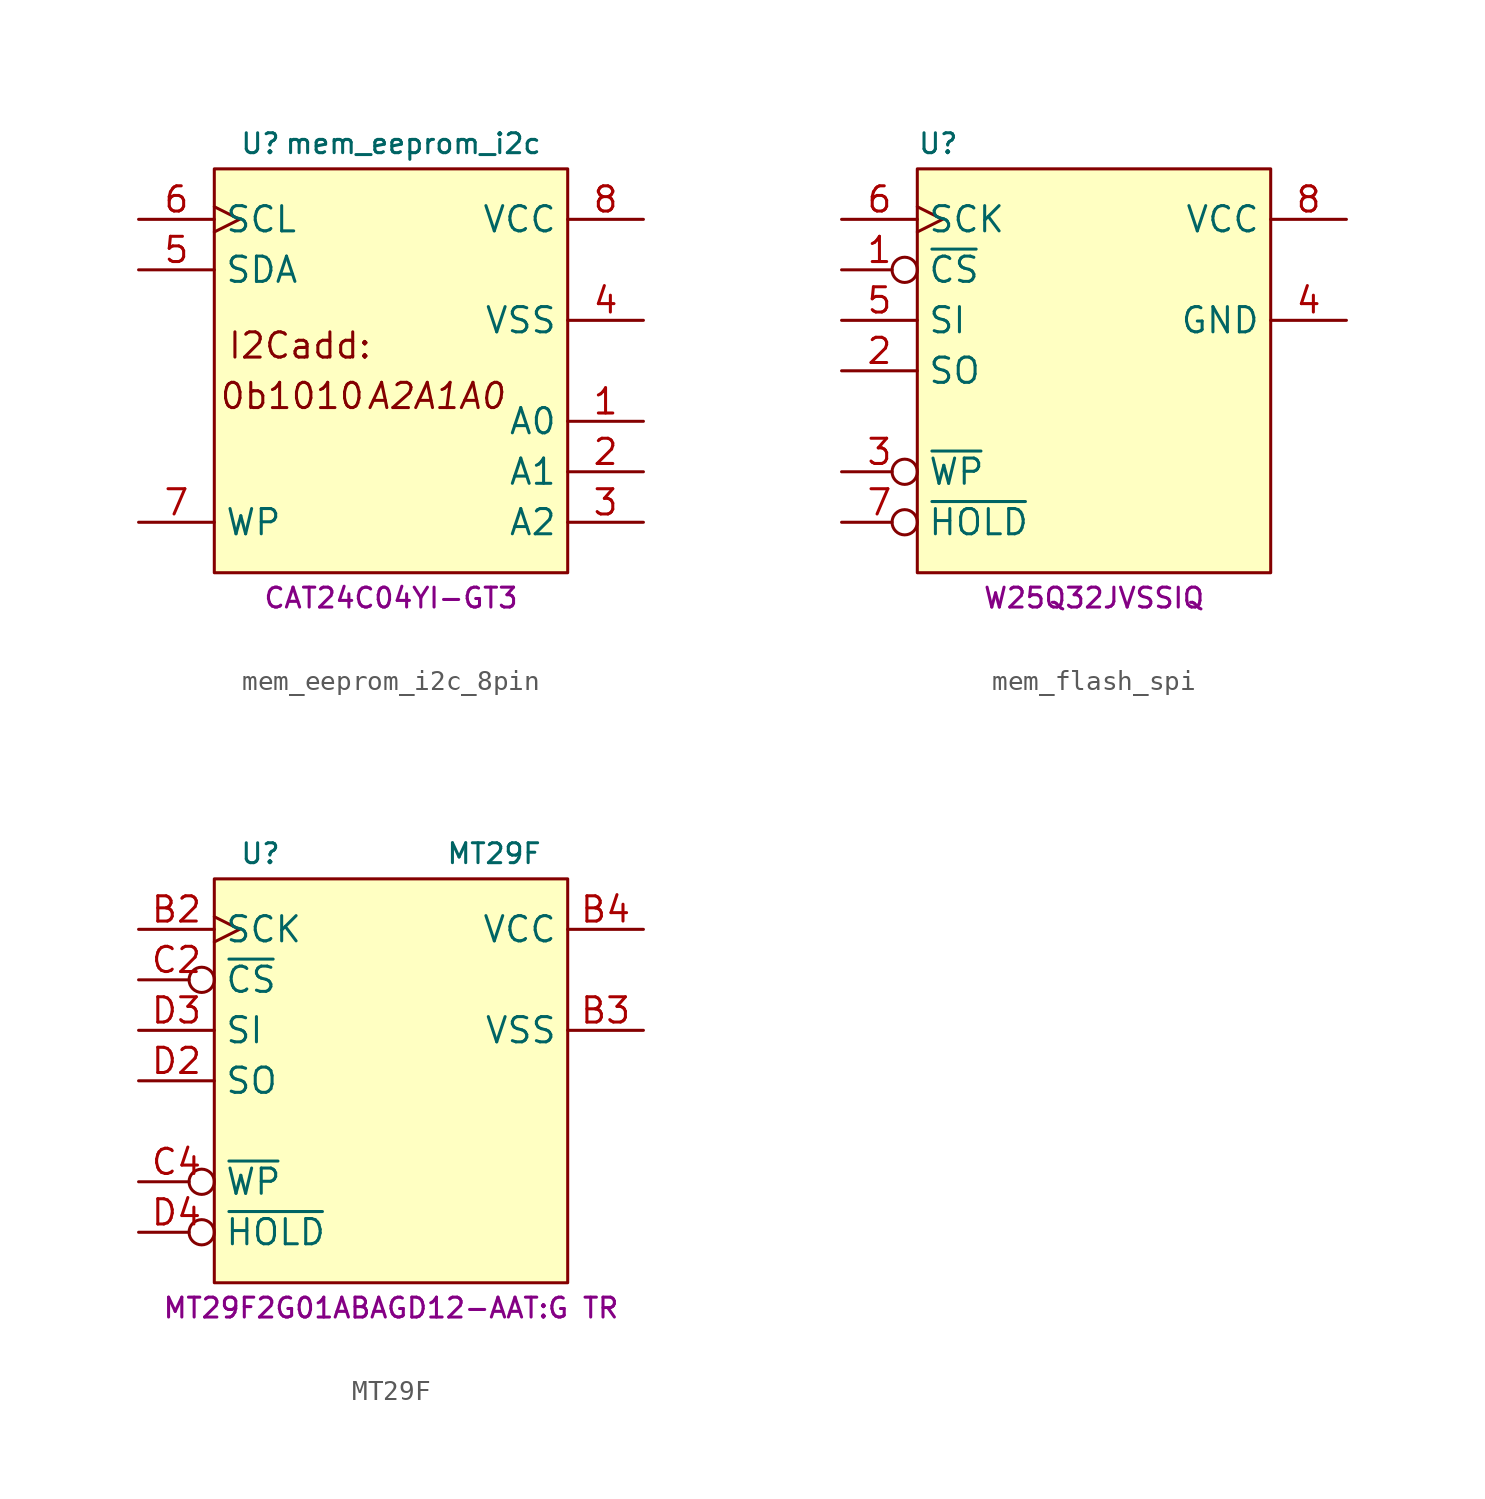
<source format=kicad_sym>
(kicad_symbol_lib
  (version 20231120)
  (generator "kicad_symbol_editor")
  (generator_version "8.0")
  (symbol "mem_eeprom_i2c_8pin"
    (property "Reference" "U"
      (at -7.62 11.43 0)
      (do_not_autoplace)
      (effects (font (size 1 1)) (justify left)))
    (property "Value" "mem_eeprom_i2c"
      (at 7.62 11.43 0)
      (do_not_autoplace)
      (effects (font (size 1 1)) (justify right)))
    (property "MPN" "CAT24C04YI-GT3"
      (at 0 -11.43 0)
      (do_not_autoplace)
      (effects (font (size 1 1))))
    (symbol "mem_eeprom_i2c_8pin_0_0"
      (text "0b1010" (at -1.27 -1.27 0) (effects (font (size 1.27 1.27)) (justify right)))
      (text "A2A1A0" (at -1.27 -1.27 0) (effects (font (size 1.27 1.27) (italic yes)) (justify left))))
    (symbol "mem_eeprom_i2c_8pin_1_0"
      (text "I2Cadd:" (at -8.255 1.27 0) (effects (font (size 1.27 1.27)) (justify left))))
    (symbol "mem_eeprom_i2c_8pin_1_1"
      (rectangle (start -8.89 10.16) (end 8.89 -10.16) (stroke (width 0) (type default)) (fill (type background)))
      (pin passive line (at 12.7 -2.54 180) (length 3.81) (name "A0" (effects (font (size 1.27 1.27)))) (number "1" (effects (font (size 1.27 1.27)))))
      (pin passive line (at 12.7 -5.08 180) (length 3.81) (name "A1" (effects (font (size 1.27 1.27)))) (number "2" (effects (font (size 1.27 1.27)))))
      (pin passive line (at 12.7 -7.62 180) (length 3.81) (name "A2" (effects (font (size 1.27 1.27)))) (number "3" (effects (font (size 1.27 1.27)))))
      (pin power_in line (at 12.7 2.54 180) (length 3.81) (name "VSS" (effects (font (size 1.27 1.27)))) (number "4" (effects (font (size 1.27 1.27)))))
      (pin bidirectional line (at -12.7 5.08 0) (length 3.81) (name "SDA" (effects (font (size 1.27 1.27)))) (number "5" (effects (font (size 1.27 1.27)))))
      (pin input clock (at -12.7 7.62 0) (length 3.81) (name "SCL" (effects (font (size 1.27 1.27)))) (number "6" (effects (font (size 1.27 1.27)))))
      (pin input line (at -12.7 -7.62 0) (length 3.81) (name "WP" (effects (font (size 1.27 1.27)))) (number "7" (effects (font (size 1.27 1.27)))))
      (pin power_in line (at 12.7 7.62 180) (length 3.81) (name "VCC" (effects (font (size 1.27 1.27)))) (number "8" (effects (font (size 1.27 1.27)))))))
  (symbol "mem_flash_spi"
    (property "Reference" "U"
      (at -8.89 11.43 0)
      (do_not_autoplace)
      (effects (font (size 1 1)) (justify left)))
    (property "MPN" "W25Q32JVSSIQ"
      (at 0 -11.43 0)
      (do_not_autoplace)
      (effects (font (size 1 1))))
    (symbol "mem_flash_spi_0_1"
      (rectangle (start -8.89 10.16) (end 8.89 -10.16) (stroke (width 0) (type default)) (fill (type background))))
    (symbol "mem_flash_spi_1_1"
      (pin input inverted (at -12.7 5.08 0) (length 3.81) (name "~{CS}" (effects (font (size 1.27 1.27)))) (number "1" (effects (font (size 1.27 1.27)))))
      (pin output line (at -12.7 0 0) (length 3.81) (name "SO" (effects (font (size 1.27 1.27)))) (number "2" (effects (font (size 1.27 1.27)))) (alternate "IO1" bidirectional line))
      (pin input inverted (at -12.7 -5.08 0) (length 3.81) (name "~{WP}" (effects (font (size 1.27 1.27)))) (number "3" (effects (font (size 1.27 1.27)))) (alternate "IO2" bidirectional line))
      (pin power_in line (at 12.7 2.54 180) (length 3.81) (name "GND" (effects (font (size 1.27 1.27)))) (number "4" (effects (font (size 1.27 1.27)))))
      (pin input line (at -12.7 2.54 0) (length 3.81) (name "SI" (effects (font (size 1.27 1.27)))) (number "5" (effects (font (size 1.27 1.27)))) (alternate "IO0" bidirectional line))
      (pin input clock (at -12.7 7.62 0) (length 3.81) (name "SCK" (effects (font (size 1.27 1.27)))) (number "6" (effects (font (size 1.27 1.27)))))
      (pin output inverted (at -12.7 -7.62 0) (length 3.81) (name "~{HOLD}" (effects (font (size 1.27 1.27)))) (number "7" (effects (font (size 1.27 1.27)))) (alternate "IO3" bidirectional line))
      (pin power_in line (at 12.7 7.62 180) (length 3.81) (name "VCC" (effects (font (size 1.27 1.27)))) (number "8" (effects (font (size 1.27 1.27)))))
      (pin no_connect line (at 12.7 -7.62 180) (length 3.81) hide (name "PAD" (effects (font (size 1.27 1.27)))) (number "9" (effects (font (size 1.27 1.27)))))))
  (symbol "MT29F"
    (property "Reference" "U"
      (at -7.62 11.43 0)
      (do_not_autoplace)
      (effects (font (size 1 1)) (justify left)))
    (property "Value" "MT29F"
      (at 7.62 11.43 0)
      (do_not_autoplace)
      (effects (font (size 1 1)) (justify right)))
    (property "MPN" "MT29F2G01ABAGD12-AAT:G TR"
      (at 0 -11.43 0)
      (do_not_autoplace)
      (effects (font (size 1 1))))
    (symbol "MT29F_0_1"
      (rectangle (start -8.89 10.16) (end 8.89 -10.16) (stroke (width 0.152) (type default)) (fill (type background))))
    (symbol "MT29F_1_1"
      (pin input clock (at -12.7 7.62 0) (length 3.81) (name "SCK" (effects (font (size 1.27 1.27)))) (number "B2" (effects (font (size 1.27 1.27)))))
      (pin power_in line (at 12.7 2.54 180) (length 3.81) (name "VSS" (effects (font (size 1.27 1.27)))) (number "B3" (effects (font (size 1.27 1.27)))))
      (pin power_in line (at 12.7 7.62 180) (length 3.81) (name "VCC" (effects (font (size 1.27 1.27)))) (number "B4" (effects (font (size 1.27 1.27)))))
      (pin input inverted (at -12.7 5.08 0) (length 3.81) (name "~{CS}" (effects (font (size 1.27 1.27)))) (number "C2" (effects (font (size 1.27 1.27)))))
      (pin input inverted (at -12.7 -5.08 0) (length 3.81) (name "~{WP}" (effects (font (size 1.27 1.27)))) (number "C4" (effects (font (size 1.27 1.27)))) (alternate "IO2" bidirectional line))
      (pin output line (at -12.7 0 0) (length 3.81) (name "SO" (effects (font (size 1.27 1.27)))) (number "D2" (effects (font (size 1.27 1.27)))) (alternate "IO1" bidirectional line))
      (pin input line (at -12.7 2.54 0) (length 3.81) (name "SI" (effects (font (size 1.27 1.27)))) (number "D3" (effects (font (size 1.27 1.27)))) (alternate "IO0" bidirectional line))
      (pin output inverted (at -12.7 -7.62 0) (length 3.81) (name "~{HOLD}" (effects (font (size 1.27 1.27)))) (number "D4" (effects (font (size 1.27 1.27)))) (alternate "IO3" bidirectional line)))))
</source>
